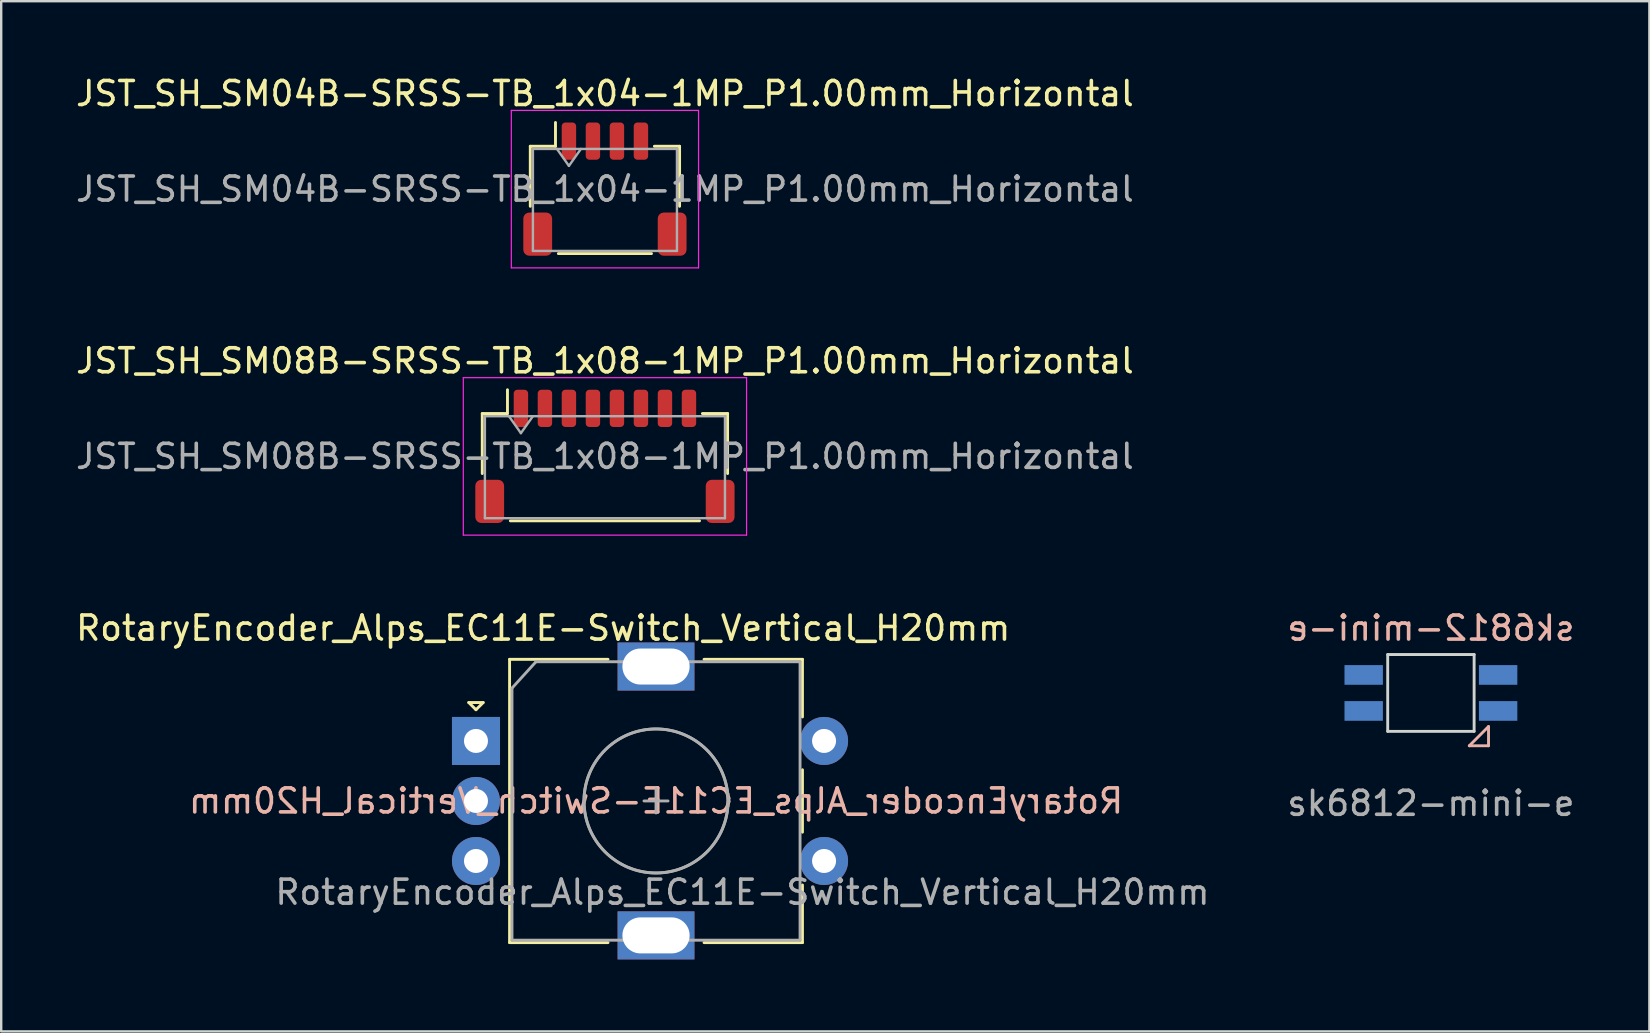
<source format=kicad_pcb>
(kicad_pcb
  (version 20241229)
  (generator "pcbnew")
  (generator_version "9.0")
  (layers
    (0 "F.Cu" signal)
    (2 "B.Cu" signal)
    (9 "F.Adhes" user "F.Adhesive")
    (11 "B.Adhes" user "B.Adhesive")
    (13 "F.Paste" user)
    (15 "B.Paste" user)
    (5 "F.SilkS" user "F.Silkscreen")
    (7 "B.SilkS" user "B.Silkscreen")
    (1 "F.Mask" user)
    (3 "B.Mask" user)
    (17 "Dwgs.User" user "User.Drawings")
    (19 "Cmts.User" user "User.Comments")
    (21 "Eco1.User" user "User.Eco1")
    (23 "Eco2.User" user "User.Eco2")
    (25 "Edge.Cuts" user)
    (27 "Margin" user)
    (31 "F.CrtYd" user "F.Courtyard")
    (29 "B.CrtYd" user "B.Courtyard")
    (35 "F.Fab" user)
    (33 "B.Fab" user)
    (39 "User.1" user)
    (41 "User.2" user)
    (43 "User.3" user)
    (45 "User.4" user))
  (footprint "JST_SH_SM04B-SRSS-TB_1x04-1MP_P1.00mm_Horizontal"
    (layer "F.Cu")
    (at 22.149 4.828)
    (property "Reference" "JST_SH_SM04B-SRSS-TB_1x04-1MP_P1.00mm_Horizontal" (at 0 -3.98 0) (layer "F.SilkS") (effects (font (size 1 1) (thickness 0.15))))
    (attr smd)
    (fp_line (start -3.11 -1.785) (end -2.06 -1.785) (stroke (width 0.12) (type solid)) (layer "F.SilkS"))
    (fp_line (start -3.11 0.715) (end -3.11 -1.785) (stroke (width 0.12) (type solid)) (layer "F.SilkS"))
    (fp_line (start -2.06 -1.785) (end -2.06 -2.775) (stroke (width 0.12) (type solid)) (layer "F.SilkS"))
    (fp_line (start -1.94 2.685) (end 1.94 2.685) (stroke (width 0.12) (type solid)) (layer "F.SilkS"))
    (fp_line (start 3.11 -1.785) (end 2.06 -1.785) (stroke (width 0.12) (type solid)) (layer "F.SilkS"))
    (fp_line (start 3.11 0.715) (end 3.11 -1.785) (stroke (width 0.12) (type solid)) (layer "F.SilkS"))
    (fp_line (start -3.9 -3.28) (end -3.9 3.28) (stroke (width 0.05) (type solid)) (layer "F.CrtYd"))
    (fp_line (start -3.9 3.28) (end 3.9 3.28) (stroke (width 0.05) (type solid)) (layer "F.CrtYd"))
    (fp_line (start 3.9 -3.28) (end -3.9 -3.28) (stroke (width 0.05) (type solid)) (layer "F.CrtYd"))
    (fp_line (start 3.9 3.28) (end 3.9 -3.28) (stroke (width 0.05) (type solid)) (layer "F.CrtYd"))
    (fp_line (start -3 -1.675) (end -3 2.575) (stroke (width 0.1) (type solid)) (layer "F.Fab"))
    (fp_line (start -3 -1.675) (end 3 -1.675) (stroke (width 0.1) (type solid)) (layer "F.Fab"))
    (fp_line (start -3 2.575) (end 3 2.575) (stroke (width 0.1) (type solid)) (layer "F.Fab"))
    (fp_line (start -2 -1.675) (end -1.5 -0.968) (stroke (width 0.1) (type solid)) (layer "F.Fab"))
    (fp_line (start -1.5 -0.968) (end -1 -1.675) (stroke (width 0.1) (type solid)) (layer "F.Fab"))
    (fp_line (start 3 -1.675) (end 3 2.575) (stroke (width 0.1) (type solid)) (layer "F.Fab"))
    (fp_text user "${REFERENCE}" (at 0 0 0) (layer "F.Fab") (effects (font (size 1 1) (thickness 0.15))))
    (pad "" smd roundrect (at -2.8 1.875) (size 1.2 1.8) (layers "F.Cu" "F.Mask" "F.Paste") (roundrect_rratio 0.208))
    (pad "" smd roundrect (at 2.8 1.875) (size 1.2 1.8) (layers "F.Cu" "F.Mask" "F.Paste") (roundrect_rratio 0.208))
    (pad "1" smd roundrect (at -1.5 -2) (size 0.6 1.55) (layers "F.Cu" "F.Mask" "F.Paste") (roundrect_rratio 0.25))
    (pad "2" smd roundrect (at -0.5 -2) (size 0.6 1.55) (layers "F.Cu" "F.Mask" "F.Paste") (roundrect_rratio 0.25))
    (pad "3" smd roundrect (at 0.5 -2) (size 0.6 1.55) (layers "F.Cu" "F.Mask" "F.Paste") (roundrect_rratio 0.25))
    (pad "4" smd roundrect (at 1.5 -2) (size 0.6 1.55) (layers "F.Cu" "F.Mask" "F.Paste") (roundrect_rratio 0.25)))
  (footprint "JST_SH_SM08B-SRSS-TB_1x08-1MP_P1.00mm_Horizontal"
    (layer "F.Cu")
    (at 22.149 15.961)
    (property "Reference" "JST_SH_SM08B-SRSS-TB_1x08-1MP_P1.00mm_Horizontal" (at 0 -3.98 0) (layer "F.SilkS") (effects (font (size 1 1) (thickness 0.15))))
    (attr smd)
    (fp_line (start -5.11 -1.785) (end -4.06 -1.785) (stroke (width 0.12) (type solid)) (layer "F.SilkS"))
    (fp_line (start -5.11 0.715) (end -5.11 -1.785) (stroke (width 0.12) (type solid)) (layer "F.SilkS"))
    (fp_line (start -4.06 -1.785) (end -4.06 -2.775) (stroke (width 0.12) (type solid)) (layer "F.SilkS"))
    (fp_line (start -3.94 2.685) (end 3.94 2.685) (stroke (width 0.12) (type solid)) (layer "F.SilkS"))
    (fp_line (start 5.11 -1.785) (end 4.06 -1.785) (stroke (width 0.12) (type solid)) (layer "F.SilkS"))
    (fp_line (start 5.11 0.715) (end 5.11 -1.785) (stroke (width 0.12) (type solid)) (layer "F.SilkS"))
    (fp_line (start -5.9 -3.28) (end -5.9 3.28) (stroke (width 0.05) (type solid)) (layer "F.CrtYd"))
    (fp_line (start -5.9 3.28) (end 5.9 3.28) (stroke (width 0.05) (type solid)) (layer "F.CrtYd"))
    (fp_line (start 5.9 -3.28) (end -5.9 -3.28) (stroke (width 0.05) (type solid)) (layer "F.CrtYd"))
    (fp_line (start 5.9 3.28) (end 5.9 -3.28) (stroke (width 0.05) (type solid)) (layer "F.CrtYd"))
    (fp_line (start -5 -1.675) (end -5 2.575) (stroke (width 0.1) (type solid)) (layer "F.Fab"))
    (fp_line (start -5 -1.675) (end 5 -1.675) (stroke (width 0.1) (type solid)) (layer "F.Fab"))
    (fp_line (start -5 2.575) (end 5 2.575) (stroke (width 0.1) (type solid)) (layer "F.Fab"))
    (fp_line (start -4 -1.675) (end -3.5 -0.968) (stroke (width 0.1) (type solid)) (layer "F.Fab"))
    (fp_line (start -3.5 -0.968) (end -3 -1.675) (stroke (width 0.1) (type solid)) (layer "F.Fab"))
    (fp_line (start 5 -1.675) (end 5 2.575) (stroke (width 0.1) (type solid)) (layer "F.Fab"))
    (fp_text user "${REFERENCE}" (at 0 0 0) (layer "F.Fab") (effects (font (size 1 1) (thickness 0.15))))
    (pad "" smd roundrect (at -4.8 1.875) (size 1.2 1.8) (layers "F.Cu" "F.Mask" "F.Paste") (roundrect_rratio 0.208))
    (pad "" smd roundrect (at 4.8 1.875) (size 1.2 1.8) (layers "F.Cu" "F.Mask" "F.Paste") (roundrect_rratio 0.208))
    (pad "1" smd roundrect (at -3.5 -2) (size 0.6 1.55) (layers "F.Cu" "F.Mask" "F.Paste") (roundrect_rratio 0.25))
    (pad "2" smd roundrect (at -2.5 -2) (size 0.6 1.55) (layers "F.Cu" "F.Mask" "F.Paste") (roundrect_rratio 0.25))
    (pad "3" smd roundrect (at -1.5 -2) (size 0.6 1.55) (layers "F.Cu" "F.Mask" "F.Paste") (roundrect_rratio 0.25))
    (pad "4" smd roundrect (at -0.5 -2) (size 0.6 1.55) (layers "F.Cu" "F.Mask" "F.Paste") (roundrect_rratio 0.25))
    (pad "5" smd roundrect (at 0.5 -2) (size 0.6 1.55) (layers "F.Cu" "F.Mask" "F.Paste") (roundrect_rratio 0.25))
    (pad "6" smd roundrect (at 1.5 -2) (size 0.6 1.55) (layers "F.Cu" "F.Mask" "F.Paste") (roundrect_rratio 0.25))
    (pad "7" smd roundrect (at 2.5 -2) (size 0.6 1.55) (layers "F.Cu" "F.Mask" "F.Paste") (roundrect_rratio 0.25))
    (pad "8" smd roundrect (at 3.5 -2) (size 0.6 1.55) (layers "F.Cu" "F.Mask" "F.Paste") (roundrect_rratio 0.25)))
  (footprint "RotaryEncoder_Alps_EC11E-Switch_Vertical_H20mm"
    (layer "F.Cu")
    (at 16.777 27.815)
    (property "Reference" "RotaryEncoder_Alps_EC11E-Switch_Vertical_H20mm" (at 2.8 -4.7 0) (layer "F.SilkS") (effects (font (size 1 1) (thickness 0.15))))
    (attr through_hole)
    (fp_line (start -0.3 -1.6) (end 0.3 -1.6) (stroke (width 0.12) (type solid)) (layer "F.SilkS"))
    (fp_line (start 0 -1.3) (end -0.3 -1.6) (stroke (width 0.12) (type solid)) (layer "F.SilkS"))
    (fp_line (start 0.3 -1.6) (end 0 -1.3) (stroke (width 0.12) (type solid)) (layer "F.SilkS"))
    (fp_line (start 1.4 -3.4) (end 1.4 8.4) (stroke (width 0.12) (type solid)) (layer "F.SilkS"))
    (fp_line (start 5.5 -3.4) (end 1.4 -3.4) (stroke (width 0.12) (type solid)) (layer "F.SilkS"))
    (fp_line (start 5.5 8.4) (end 1.4 8.4) (stroke (width 0.12) (type solid)) (layer "F.SilkS"))
    (fp_line (start 9.5 -3.4) (end 13.6 -3.4) (stroke (width 0.12) (type solid)) (layer "F.SilkS"))
    (fp_line (start 13.6 -3.4) (end 13.6 -1) (stroke (width 0.12) (type solid)) (layer "F.SilkS"))
    (fp_line (start 13.6 1.2) (end 13.6 3.8) (stroke (width 0.12) (type solid)) (layer "F.SilkS"))
    (fp_line (start 13.6 6) (end 13.6 8.4) (stroke (width 0.12) (type solid)) (layer "F.SilkS"))
    (fp_line (start 13.6 8.4) (end 9.5 8.4) (stroke (width 0.12) (type solid)) (layer "F.SilkS"))
    (fp_line (start 1.5 -2.2) (end 2.5 -3.3) (stroke (width 0.12) (type solid)) (layer "F.Fab"))
    (fp_line (start 1.5 8.3) (end 1.5 -2.2) (stroke (width 0.12) (type solid)) (layer "F.Fab"))
    (fp_line (start 2.5 -3.3) (end 13.5 -3.3) (stroke (width 0.12) (type solid)) (layer "F.Fab"))
    (fp_line (start 7 2.5) (end 8 2.5) (stroke (width 0.12) (type solid)) (layer "F.Fab"))
    (fp_line (start 7.5 2) (end 7.5 3) (stroke (width 0.12) (type solid)) (layer "F.Fab"))
    (fp_line (start 13.5 -3.3) (end 13.5 8.3) (stroke (width 0.12) (type solid)) (layer "F.Fab"))
    (fp_line (start 13.5 8.3) (end 1.5 8.3) (stroke (width 0.12) (type solid)) (layer "F.Fab"))
    (fp_circle (center 7.5 2.5) (end 10.5 2.5) (stroke (width 0.12) (type solid)) (fill no) (layer "F.Fab"))
    (fp_circle (center 7.5 2.5) (end 10.5 2.5) (stroke (width 0.12) (type solid)) (fill no) (layer "F.Fab"))
    (fp_text user "${REFERENCE}" (at 7.5 2.5 0) (layer "B.SilkS") (effects (font (size 1 1) (thickness 0.15)) (justify mirror)))
    (fp_text user "${REFERENCE}" (at 11.1 6.3 0) (layer "F.Fab") (effects (font (size 1 1) (thickness 0.15))))
    (pad "" thru_hole rect (at 7.5 -3.1) (size 3.2 2) (drill oval 2.8 1.5) (layers "*.Cu" "*.Mask"))
    (pad "" thru_hole rect (at 7.5 8.1) (size 3.2 2) (drill oval 2.8 1.5) (layers "*.Cu" "*.Mask"))
    (pad "A" thru_hole rect (at 0 0) (size 2 2) (drill 1) (layers "*.Cu" "*.Mask"))
    (pad "B" thru_hole circle (at 0 5) (size 2 2) (drill 1) (layers "*.Cu" "*.Mask"))
    (pad "C" thru_hole circle (at 0 2.5) (size 2 2) (drill 1) (layers "*.Cu" "*.Mask"))
    (pad "S1" thru_hole circle (at 14.5 5) (size 2 2) (drill 1) (layers "*.Cu" "*.Mask"))
    (pad "S2" thru_hole circle (at 14.5 0) (size 2 2) (drill 1) (layers "*.Cu" "*.Mask")))
  (footprint "sk6812-mini-e"
    (layer "F.Cu")
    (at 56.556 25.815)
    (property "Reference" "sk6812-mini-e" (at 0 -2.7 0) (unlocked yes) (layer "B.SilkS") (effects (font (size 1 1) (thickness 0.15)) (justify mirror)))
    (attr smd)
    (fp_line (start 1.6 2.2) (end 2.4 1.4) (stroke (width 0.12) (type solid)) (layer "B.SilkS"))
    (fp_line (start 2.4 1.4) (end 2.4 2.2) (stroke (width 0.12) (type solid)) (layer "B.SilkS"))
    (fp_line (start 2.4 2.2) (end 1.6 2.2) (stroke (width 0.12) (type solid)) (layer "B.SilkS"))
    (fp_line (start -1.8 -1.6) (end -1.8 1.6) (stroke (width 0.12) (type default)) (layer "Edge.Cuts"))
    (fp_line (start -1.8 -1.6) (end 1.8 -1.6) (stroke (width 0.12) (type default)) (layer "Edge.Cuts"))
    (fp_line (start -1.8 1.6) (end 1.8 1.6) (stroke (width 0.12) (type default)) (layer "Edge.Cuts"))
    (fp_line (start 1.8 -1.6) (end 1.8 1.6) (stroke (width 0.12) (type default)) (layer "Edge.Cuts"))
    (fp_text user "${REFERENCE}" (at 0 4.6 0) (unlocked yes) (layer "F.Fab") (effects (font (size 1 1) (thickness 0.15))))
    (pad "1" smd rect (at -2.8 -0.75) (size 1.6 0.82) (layers "B.Cu" "B.Mask" "B.Paste"))
    (pad "2" smd rect (at -2.8 0.75) (size 1.6 0.82) (layers "B.Cu" "B.Mask" "B.Paste"))
    (pad "3" smd rect (at 2.8 0.75) (size 1.6 0.82) (layers "B.Cu" "B.Mask" "B.Paste"))
    (pad "4" smd rect (at 2.8 -0.75) (size 1.6 0.82) (layers "B.Cu" "B.Mask" "B.Paste")))
  (gr_rect
    (start -3 -3)
    (end 65.657 39.915)
    (stroke (width 0.1) (type default))
    (fill no)
    (layer "Edge.Cuts")))
</source>
